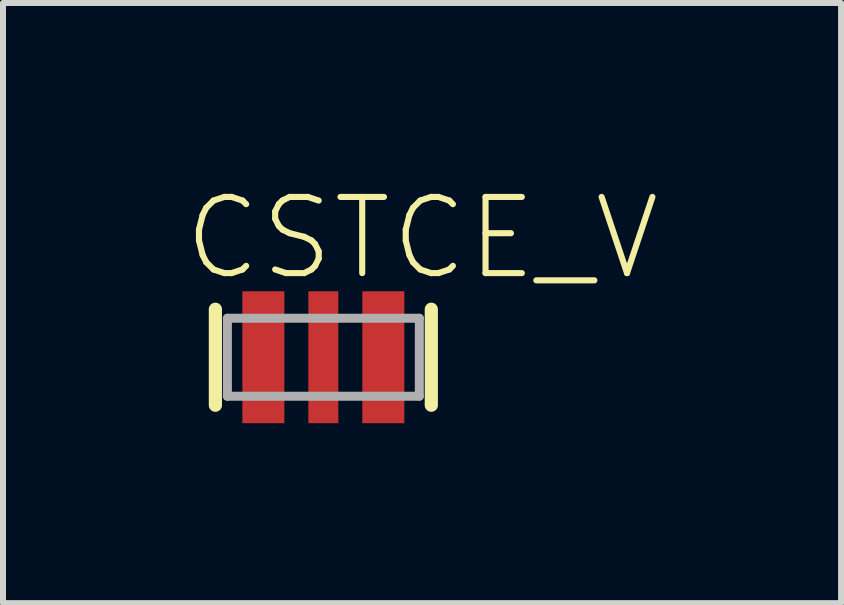
<source format=kicad_pcb>
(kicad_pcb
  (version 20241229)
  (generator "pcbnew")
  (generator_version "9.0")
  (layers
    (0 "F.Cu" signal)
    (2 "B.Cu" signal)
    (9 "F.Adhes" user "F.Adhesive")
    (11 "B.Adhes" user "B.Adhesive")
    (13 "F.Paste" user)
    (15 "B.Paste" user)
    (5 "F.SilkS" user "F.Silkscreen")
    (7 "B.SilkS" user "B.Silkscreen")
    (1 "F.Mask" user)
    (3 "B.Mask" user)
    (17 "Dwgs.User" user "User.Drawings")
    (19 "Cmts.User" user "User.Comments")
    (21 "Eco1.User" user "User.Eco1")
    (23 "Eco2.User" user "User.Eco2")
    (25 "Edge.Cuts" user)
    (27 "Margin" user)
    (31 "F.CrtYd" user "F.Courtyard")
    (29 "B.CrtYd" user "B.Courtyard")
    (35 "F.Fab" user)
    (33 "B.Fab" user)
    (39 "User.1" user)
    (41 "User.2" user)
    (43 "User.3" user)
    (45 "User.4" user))
  (footprint "CSTCE_V"
    (layer "F.Cu")
    (at 2.341 2.906)
    (property "Reference" "CSTCE_V" (at 1.646 -1.985 0) (layer "F.SilkS") (effects (font (size 1.27 1.27) (thickness 0.102))))
    (attr through_hole)
    (fp_line (start -1.8 -0.8) (end -1.8 0.8) (stroke (width 0.22) (type solid)) (layer "F.SilkS"))
    (fp_line (start 1.8 -0.8) (end 1.8 0.8) (stroke (width 0.22) (type solid)) (layer "F.SilkS"))
    (fp_line (start -1.6 -0.65) (end 1.6 -0.65) (stroke (width 0.15) (type solid)) (layer "F.Fab"))
    (fp_line (start -1.6 0.65) (end -1.6 -0.65) (stroke (width 0.15) (type solid)) (layer "F.Fab"))
    (fp_line (start 1.6 -0.65) (end 1.6 0.65) (stroke (width 0.15) (type solid)) (layer "F.Fab"))
    (fp_line (start 1.6 0.65) (end -1.6 0.65) (stroke (width 0.15) (type solid)) (layer "F.Fab"))
    (pad "1" smd rect (at -1 0) (size 0.7 2.2) (layers "F.Cu" "F.Mask" "F.Paste"))
    (pad "2" smd rect (at 0 0) (size 0.5 2.2) (layers "F.Cu" "F.Mask" "F.Paste"))
    (pad "3" smd rect (at 1 0) (size 0.7 2.2) (layers "F.Cu" "F.Mask" "F.Paste")))
  (gr_rect
    (start -3 -3)
    (end 10.973 7.006)
    (stroke (width 0.1) (type default))
    (fill no)
    (layer "Edge.Cuts")))
</source>
